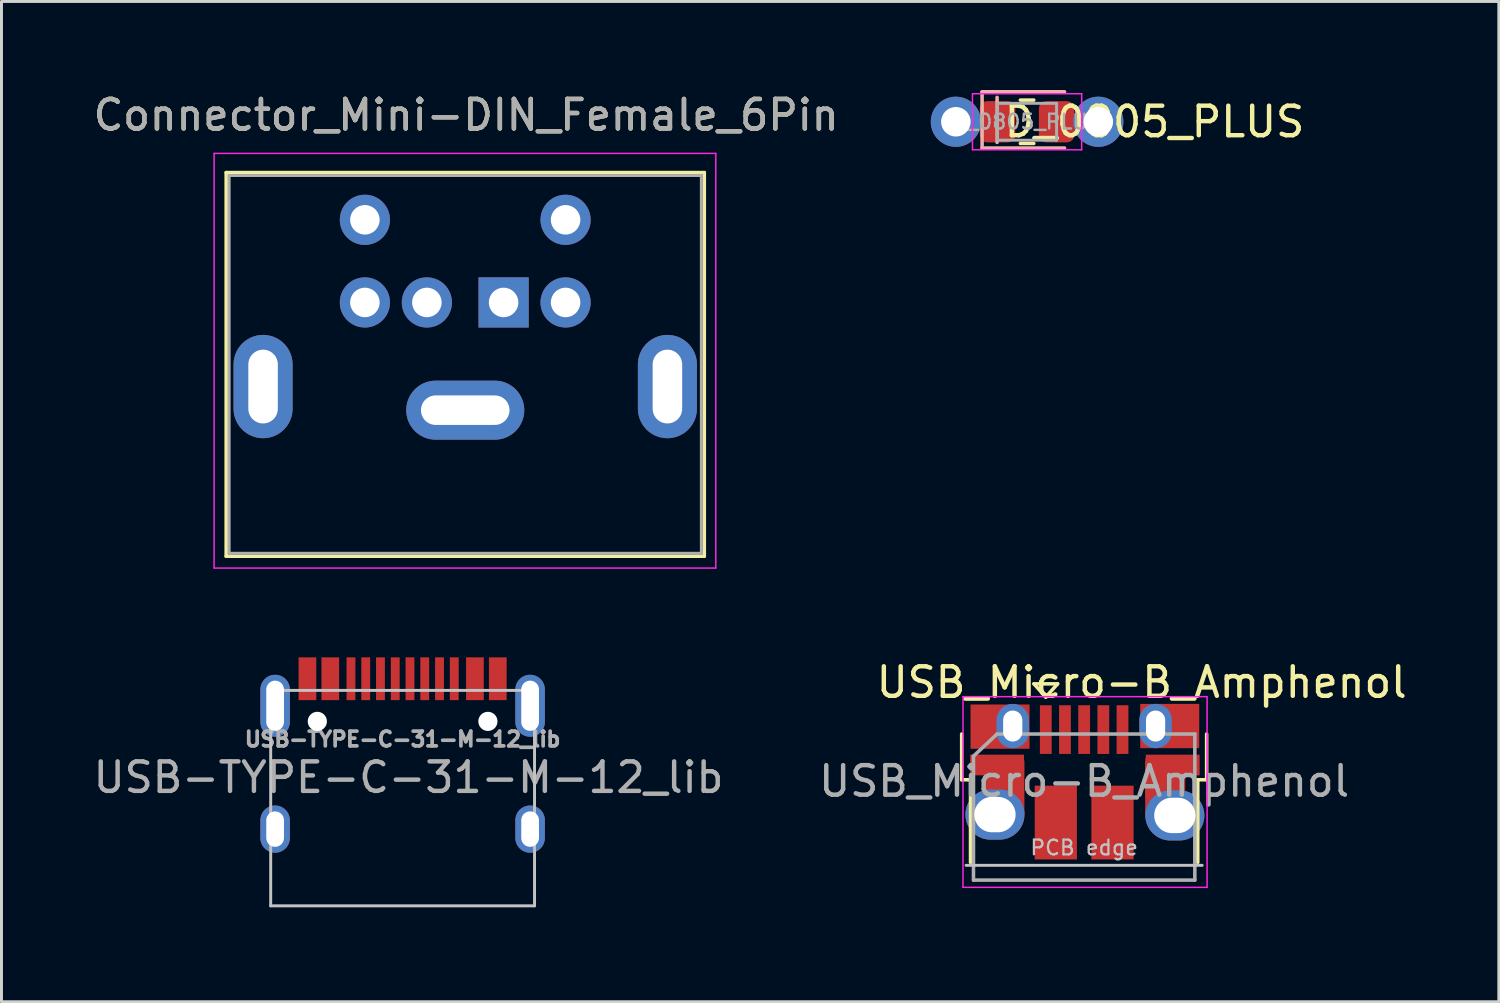
<source format=kicad_pcb>
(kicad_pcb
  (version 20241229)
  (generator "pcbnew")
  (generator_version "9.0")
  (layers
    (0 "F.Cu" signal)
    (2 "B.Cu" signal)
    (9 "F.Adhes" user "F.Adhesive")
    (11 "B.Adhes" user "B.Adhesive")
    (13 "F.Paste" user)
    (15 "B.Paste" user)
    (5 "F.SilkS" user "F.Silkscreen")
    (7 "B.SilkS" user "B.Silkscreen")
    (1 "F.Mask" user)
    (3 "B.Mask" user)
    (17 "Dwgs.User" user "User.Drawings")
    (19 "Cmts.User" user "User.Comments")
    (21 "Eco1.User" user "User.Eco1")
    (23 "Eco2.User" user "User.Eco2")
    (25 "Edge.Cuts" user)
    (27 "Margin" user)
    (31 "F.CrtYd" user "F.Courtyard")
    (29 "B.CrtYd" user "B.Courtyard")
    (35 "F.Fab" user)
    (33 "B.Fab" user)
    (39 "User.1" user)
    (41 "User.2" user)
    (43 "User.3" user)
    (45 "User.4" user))
  (footprint "USB_Micro-B_Amphenol"
    (layer "F.Cu")
    (at 33.71 23.436)
    (property "Reference" "USB_Micro-B_Amphenol" (at 1.925 -3.365 180) (layer "F.SilkS") (effects (font (size 1 1) (thickness 0.15))))
    (attr smd)
    (fp_line (start -4.175 -0.065) (end -4.175 -1.615) (stroke (width 0.12) (type solid)) (layer "F.SilkS"))
    (fp_line (start -4.175 -0.065) (end -3.875 -0.065) (stroke (width 0.12) (type solid)) (layer "F.SilkS"))
    (fp_line (start -3.875 2.735) (end -3.875 -0.065) (stroke (width 0.12) (type solid)) (layer "F.SilkS"))
    (fp_line (start -1.725 -3.315) (end -0.925 -3.315) (stroke (width 0.12) (type solid)) (layer "F.SilkS"))
    (fp_line (start -1.325 -2.865) (end -1.725 -3.315) (stroke (width 0.12) (type solid)) (layer "F.SilkS"))
    (fp_line (start -0.925 -3.315) (end -1.325 -2.865) (stroke (width 0.12) (type solid)) (layer "F.SilkS"))
    (fp_line (start 3.825 -0.065) (end 4.125 -0.065) (stroke (width 0.12) (type solid)) (layer "F.SilkS"))
    (fp_line (start 3.825 2.735) (end 3.825 -0.065) (stroke (width 0.12) (type solid)) (layer "F.SilkS"))
    (fp_line (start 4.125 -0.065) (end 4.125 -1.615) (stroke (width 0.12) (type solid)) (layer "F.SilkS"))
    (fp_line (start -4.025 2.835) (end 3.975 2.835) (stroke (width 0.1) (type solid)) (layer "Dwgs.User"))
    (fp_line (start -4.13 -2.88) (end -4.13 3.58) (stroke (width 0.05) (type solid)) (layer "F.CrtYd"))
    (fp_line (start -4.13 -2.88) (end 4.14 -2.88) (stroke (width 0.05) (type solid)) (layer "F.CrtYd"))
    (fp_line (start 4.14 3.58) (end -4.13 3.58) (stroke (width 0.05) (type solid)) (layer "F.CrtYd"))
    (fp_line (start 4.14 3.58) (end 4.14 -2.88) (stroke (width 0.05) (type solid)) (layer "F.CrtYd"))
    (fp_line (start -3.775 -0.865) (end -2.975 -1.615) (stroke (width 0.12) (type solid)) (layer "F.Fab"))
    (fp_line (start -3.775 3.335) (end -3.775 -0.865) (stroke (width 0.12) (type solid)) (layer "F.Fab"))
    (fp_line (start -2.975 -1.615) (end 3.725 -1.615) (stroke (width 0.12) (type solid)) (layer "F.Fab"))
    (fp_line (start 3.725 -1.615) (end 3.725 3.335) (stroke (width 0.12) (type solid)) (layer "F.Fab"))
    (fp_line (start 3.725 3.335) (end -3.775 3.335) (stroke (width 0.12) (type solid)) (layer "F.Fab"))
    (fp_text user "PCB edge" (at -0.025 2.235 180) (layer "Dwgs.User") (effects (font (size 0.5 0.5) (thickness 0.075))))
    (fp_text user "${REFERENCE}" (at -0.025 -0.015 180) (layer "F.Fab") (effects (font (size 1 1) (thickness 0.15))))
    (pad "1" smd rect (at -1.325 -1.765 90) (size 1.65 0.4) (layers "F.Cu" "F.Mask" "F.Paste"))
    (pad "2" smd rect (at -0.675 -1.765 90) (size 1.65 0.4) (layers "F.Cu" "F.Mask" "F.Paste"))
    (pad "3" smd rect (at -0.025 -1.765 90) (size 1.65 0.4) (layers "F.Cu" "F.Mask" "F.Paste"))
    (pad "4" smd rect (at 0.625 -1.765 90) (size 1.65 0.4) (layers "F.Cu" "F.Mask" "F.Paste"))
    (pad "5" smd rect (at 1.275 -1.765 90) (size 1.65 0.4) (layers "F.Cu" "F.Mask" "F.Paste"))
    (pad "6" thru_hole oval (at -3.048 1.115 90) (size 1.7 2) (drill oval 1.2 1.4) (layers "*.Cu" "*.Mask"))
    (pad "6" smd rect (at -2.975 -0.565) (size 1.825 0.7) (layers "F.Cu" "F.Mask" "F.Paste"))
    (pad "6" smd rect (at -2.875 -1.865) (size 2 1.5) (layers "F.Cu" "F.Mask" "F.Paste"))
    (pad "6" smd trapezoid (at -2.755 -0.127) (size 1.35 1.35) (layers "F.Cu" "F.Mask" "F.Paste"))
    (pad "6" thru_hole oval (at -2.445 -1.885 90) (size 1.5 1.1) (drill oval 1.05 0.65) (layers "*.Cu" "*.Mask"))
    (pad "6" smd rect (at -2.199 0.198 90) (size 1.825 0.3) (layers "F.Cu" "F.Mask" "F.Paste"))
    (pad "6" smd rect (at -0.985 1.385 90) (size 2.5 1.43) (layers "F.Cu" "F.Mask" "F.Paste"))
    (pad "6" smd rect (at 0.935 1.385 90) (size 2.5 1.43) (layers "F.Cu" "F.Mask" "F.Paste"))
    (pad "6" smd rect (at 2.192 0.23 90) (size 1.825 0.3) (layers "F.Cu" "F.Mask" "F.Paste"))
    (pad "6" thru_hole oval (at 2.395 -1.885 90) (size 1.5 1.1) (drill oval 1.05 0.65) (layers "*.Cu" "*.Mask"))
    (pad "6" smd trapezoid (at 2.725 -0.127) (size 1.35 1.35) (layers "F.Cu" "F.Mask" "F.Paste"))
    (pad "6" smd rect (at 2.875 -1.885) (size 2 1.5) (layers "F.Cu" "F.Mask" "F.Paste"))
    (pad "6" smd rect (at 2.975 -0.565) (size 1.825 0.7) (layers "F.Cu" "F.Mask" "F.Paste"))
    (pad "6" thru_hole oval (at 3.048 1.143 90) (size 1.7 2) (drill oval 1.2 1.4) (layers "*.Cu" "*.Mask")))
  (footprint "USB-TYPE-C-31-M-12_lib"
    (layer "F.Cu")
    (at 10.592 27.643)
    (property "Reference" "USB-TYPE-C-31-M-12_lib" (at 0 -5.645 180) (layer "F.Fab") (effects (font (size 0.5 0.5) (thickness 0.15))))
    (attr smd)
    (fp_line (start -4.47 -7.3) (end 4.47 -7.3) (stroke (width 0.1) (type solid)) (layer "Dwgs.User"))
    (fp_line (start -4.47 0) (end -4.47 -7.3) (stroke (width 0.1) (type solid)) (layer "Dwgs.User"))
    (fp_line (start -4.47 0) (end 4.47 0) (stroke (width 0.1) (type solid)) (layer "Dwgs.User"))
    (fp_line (start 4.47 0) (end 4.47 -7.3) (stroke (width 0.1) (type solid)) (layer "Dwgs.User"))
    (fp_text user "${REFERENCE}" (at 0.2 -4.35 180) (layer "F.Fab") (effects (font (size 1 1) (thickness 0.15))))
    (pad "" np_thru_hole circle (at -2.89 -6.25) (size 0.65 0.65) (drill 0.65) (layers "*.Cu" "*.Mask"))
    (pad "" np_thru_hole circle (at 2.89 -6.25) (size 0.65 0.65) (drill 0.65) (layers "*.Cu" "*.Mask"))
    (pad "1" smd rect (at -3.225 -7.695) (size 0.6 1.45) (layers "F.Cu" "F.Mask" "F.Paste"))
    (pad "2" smd rect (at -2.45 -7.695) (size 0.6 1.45) (layers "F.Cu" "F.Mask" "F.Paste"))
    (pad "3" smd rect (at -1.75 -7.695) (size 0.3 1.45) (layers "F.Cu" "F.Mask" "F.Paste"))
    (pad "4" smd rect (at -1.25 -7.695) (size 0.3 1.45) (layers "F.Cu" "F.Mask" "F.Paste"))
    (pad "5" smd rect (at -0.75 -7.695) (size 0.3 1.45) (layers "F.Cu" "F.Mask" "F.Paste"))
    (pad "6" smd rect (at -0.25 -7.695) (size 0.3 1.45) (layers "F.Cu" "F.Mask" "F.Paste"))
    (pad "7" smd rect (at 0.25 -7.695) (size 0.3 1.45) (layers "F.Cu" "F.Mask" "F.Paste"))
    (pad "8" smd rect (at 0.75 -7.695) (size 0.3 1.45) (layers "F.Cu" "F.Mask" "F.Paste"))
    (pad "9" smd rect (at 1.25 -7.695) (size 0.3 1.45) (layers "F.Cu" "F.Mask" "F.Paste"))
    (pad "10" smd rect (at 1.75 -7.695) (size 0.3 1.45) (layers "F.Cu" "F.Mask" "F.Paste"))
    (pad "11" smd rect (at 2.45 -7.695) (size 0.6 1.45) (layers "F.Cu" "F.Mask" "F.Paste"))
    (pad "12" smd rect (at 3.225 -7.695) (size 0.6 1.45) (layers "F.Cu" "F.Mask" "F.Paste"))
    (pad "13" thru_hole oval (at -4.32 -6.78) (size 1 2.1) (drill oval 0.6 1.7) (layers "*.Cu" "B.Mask"))
    (pad "13" thru_hole oval (at -4.32 -2.6) (size 1 1.6) (drill oval 0.6 1.2) (layers "*.Cu" "B.Mask"))
    (pad "13" thru_hole oval (at 4.32 -6.78) (size 1 2.1) (drill oval 0.6 1.7) (layers "*.Cu" "B.Mask"))
    (pad "13" thru_hole oval (at 4.32 -2.6) (size 1 1.6) (drill oval 0.6 1.2) (layers "*.Cu" "B.Mask")))
  (footprint "D_0805_PLUS"
    (layer "F.Cu")
    (at 31.751 1.076)
    (property "Reference" "D_0805_PLUS" (at 4.318 0 0) (layer "F.SilkS") (effects (font (size 1 1) (thickness 0.15))))
    (attr smd)
    (fp_line (start -0.227 -0.735) (end 0.227 -0.735) (stroke (width 0.12) (type solid)) (layer "F.SilkS"))
    (fp_line (start -0.227 0.735) (end 0.227 0.735) (stroke (width 0.12) (type solid)) (layer "F.SilkS"))
    (fp_line (start -1.524 -1.016) (end 1.27 -1.016) (stroke (width 0.12) (type solid)) (layer "B.SilkS"))
    (fp_line (start -1.524 0.889) (end -1.524 -1.016) (stroke (width 0.12) (type solid)) (layer "B.SilkS"))
    (fp_line (start -1.016 0.699) (end -1.016 -0.826) (stroke (width 0.12) (type solid)) (layer "B.SilkS"))
    (fp_line (start 1.27 0.889) (end -1.524 0.889) (stroke (width 0.12) (type solid)) (layer "B.SilkS"))
    (fp_line (start -1.85 -0.95) (end 1.85 -0.95) (stroke (width 0.05) (type solid)) (layer "F.CrtYd"))
    (fp_line (start -1.85 0.95) (end -1.85 -0.95) (stroke (width 0.05) (type solid)) (layer "F.CrtYd"))
    (fp_line (start 1.85 -0.95) (end 1.85 0.95) (stroke (width 0.05) (type solid)) (layer "F.CrtYd"))
    (fp_line (start 1.85 0.95) (end -1.85 0.95) (stroke (width 0.05) (type solid)) (layer "F.CrtYd"))
    (fp_line (start -1 -0.625) (end 1 -0.625) (stroke (width 0.1) (type solid)) (layer "F.Fab"))
    (fp_line (start -1 0.625) (end -1 -0.625) (stroke (width 0.1) (type solid)) (layer "F.Fab"))
    (fp_line (start 1 -0.625) (end 1 0.625) (stroke (width 0.1) (type solid)) (layer "F.Fab"))
    (fp_line (start 1 0.625) (end -1 0.625) (stroke (width 0.1) (type solid)) (layer "F.Fab"))
    (fp_text user "${REFERENCE}" (at 0 0 0) (layer "F.Fab") (effects (font (size 0.5 0.5) (thickness 0.08))))
    (pad "1" thru_hole circle (at -2.413 0) (size 1.7 1.7) (drill 1) (layers "*.Cu" "*.Mask"))
    (pad "1" smd roundrect (at -1 0) (size 1.2 1.4) (layers "F.Cu" "F.Mask" "F.Paste") (roundrect_rratio 0.208))
    (pad "2" smd roundrect (at 1 0) (size 1.2 1.4) (layers "F.Cu" "F.Mask" "F.Paste") (roundrect_rratio 0.208))
    (pad "2" thru_hole circle (at 2.413 0) (size 1.7 1.7) (drill 1) (layers "*.Cu" "*.Mask")))
  (footprint "Connector_Mini-DIN_Female_6Pin"
    (layer "F.Cu")
    (at 14.014 7.198)
    (property "Reference" "Connector_Mini-DIN_Female_6Pin" (at -1.27 -6.35 0) (layer "F.SilkS") (effects (font (size 1 1) (thickness 0.15))))
    (attr through_hole)
    (fp_line (start -9.4 -4.4) (end -9.4 8.6) (stroke (width 0.12) (type solid)) (layer "F.SilkS"))
    (fp_line (start -9.4 -4.4) (end 6.8 -4.4) (stroke (width 0.12) (type solid)) (layer "F.SilkS"))
    (fp_line (start -9.4 8.6) (end 6.8 8.6) (stroke (width 0.12) (type solid)) (layer "F.SilkS"))
    (fp_line (start 6.8 -4.4) (end 6.8 8.6) (stroke (width 0.12) (type solid)) (layer "F.SilkS"))
    (fp_line (start -9.81 -5.05) (end -9.81 9) (stroke (width 0.05) (type solid)) (layer "F.CrtYd"))
    (fp_line (start -9.81 -5.05) (end 7.19 -5.05) (stroke (width 0.05) (type solid)) (layer "F.CrtYd"))
    (fp_line (start 7.19 9) (end -9.81 9) (stroke (width 0.05) (type solid)) (layer "F.CrtYd"))
    (fp_line (start 7.19 9) (end 7.19 -5.05) (stroke (width 0.05) (type solid)) (layer "F.CrtYd"))
    (fp_line (start -9.3 -4.3) (end 6.7 -4.3) (stroke (width 0.1) (type solid)) (layer "F.Fab"))
    (fp_line (start -9.3 8.5) (end -9.3 -4.3) (stroke (width 0.1) (type solid)) (layer "F.Fab"))
    (fp_line (start 6.7 -4.3) (end 6.7 8.5) (stroke (width 0.1) (type solid)) (layer "F.Fab"))
    (fp_line (start 6.7 8.5) (end -9.3 8.5) (stroke (width 0.1) (type solid)) (layer "F.Fab"))
    (fp_text user "${REFERENCE}" (at -1.27 -6.35 0) (layer "F.Fab") (effects (font (size 1 1) (thickness 0.15))))
    (pad "1" thru_hole rect (at 0 0) (size 1.7 1.7) (drill 1) (layers "*.Cu" "*.Mask"))
    (pad "2" thru_hole circle (at -2.6 0) (size 1.7 1.7) (drill 1) (layers "*.Cu" "*.Mask"))
    (pad "3" thru_hole oval (at -8.15 2.85) (size 2 3.5) (drill oval 1 2.5) (layers "*.Cu" "*.Mask"))
    (pad "3" thru_hole oval (at -1.3 3.65) (size 4 2) (drill oval 3 1) (layers "*.Cu" "*.Mask"))
    (pad "3" thru_hole circle (at 2.1 0) (size 1.7 1.7) (drill 1) (layers "*.Cu" "*.Mask"))
    (pad "3" thru_hole oval (at 5.55 2.85) (size 2 3.5) (drill oval 1 2.5) (layers "*.Cu" "*.Mask"))
    (pad "4" thru_hole circle (at -4.7 0) (size 1.7 1.7) (drill 1) (layers "*.Cu" "*.Mask"))
    (pad "5" thru_hole circle (at 2.1 -2.8) (size 1.7 1.7) (drill 1) (layers "*.Cu" "*.Mask"))
    (pad "6" thru_hole circle (at -4.7 -2.8) (size 1.7 1.7) (drill 1) (layers "*.Cu" "*.Mask")))
  (gr_rect
    (start -3 -3)
    (end 47.736 30.893)
    (stroke (width 0.1) (type default))
    (fill no)
    (layer "Edge.Cuts")))
</source>
